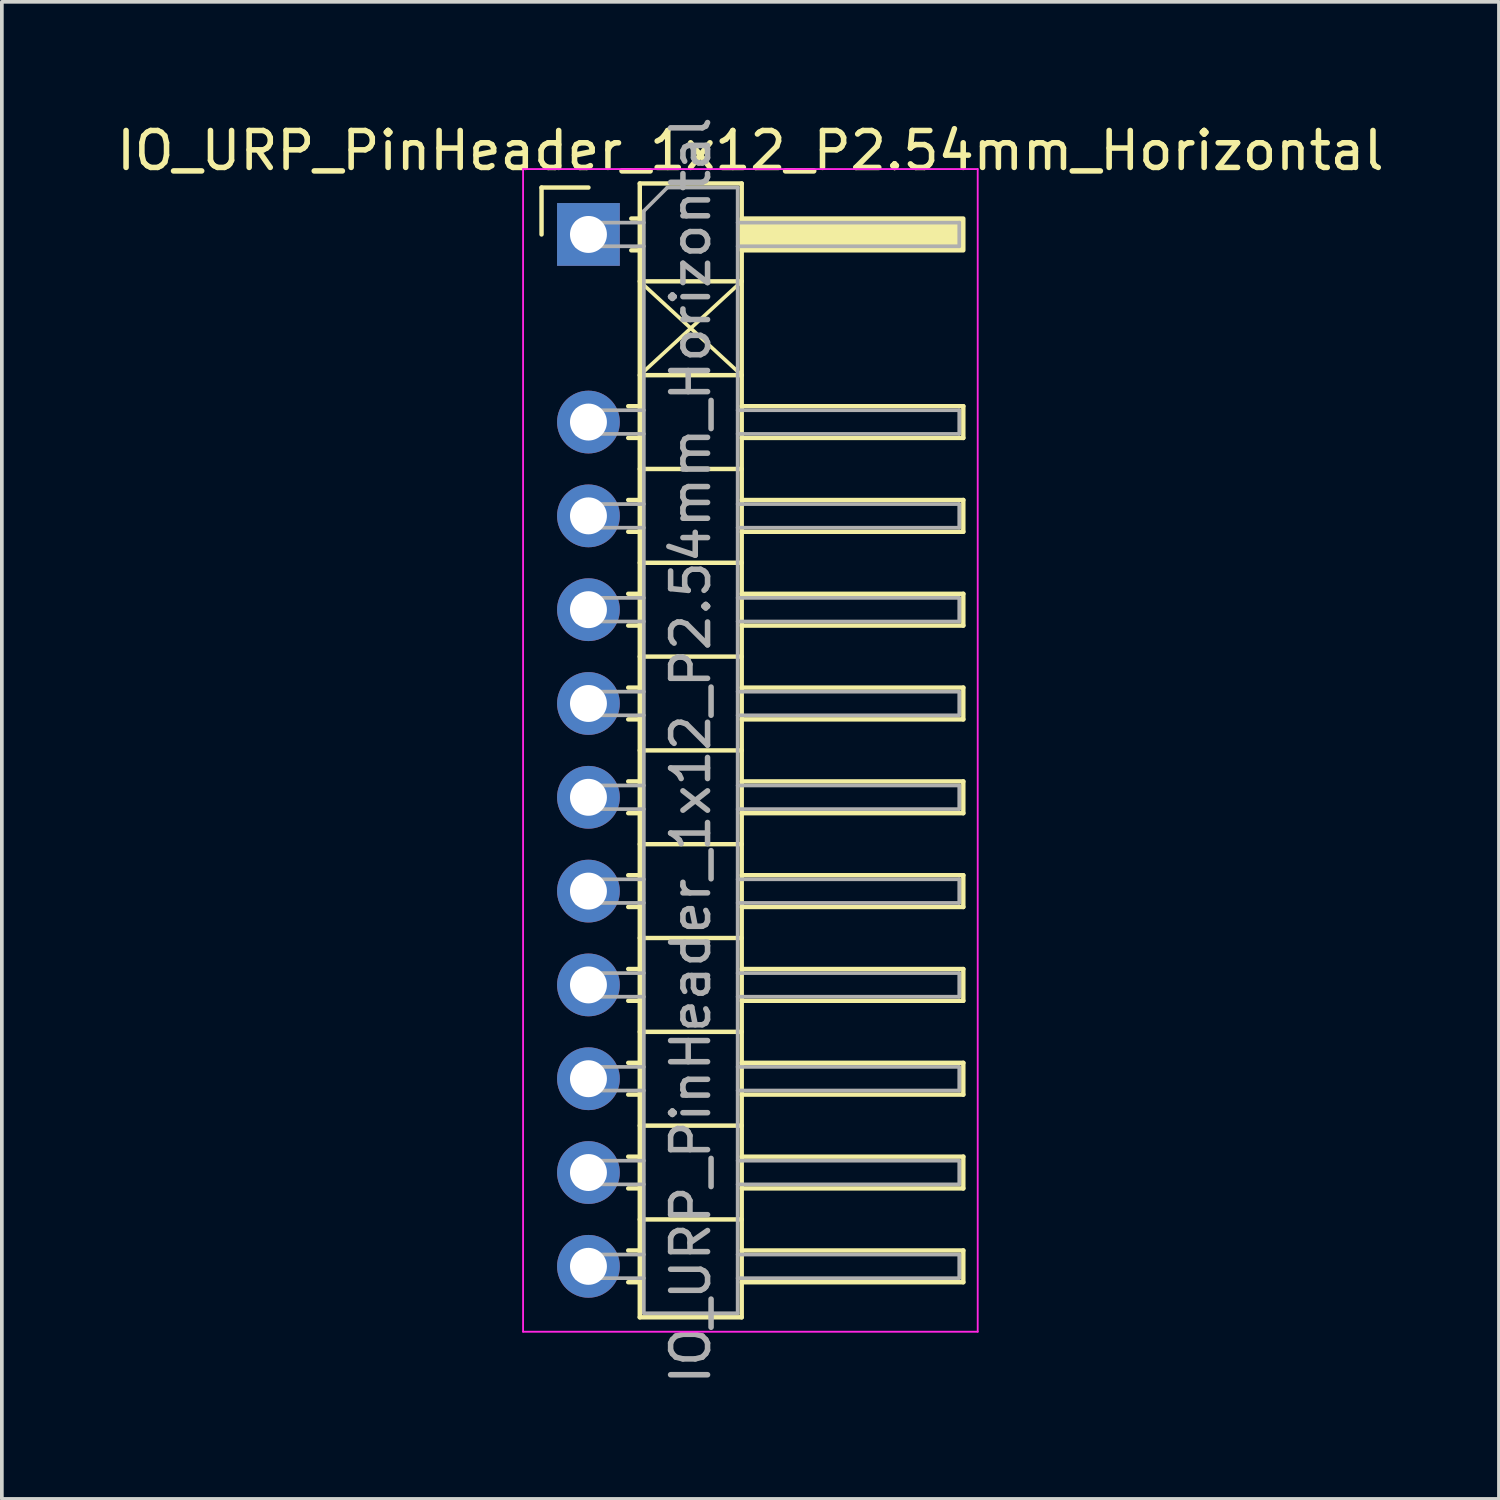
<source format=kicad_pcb>
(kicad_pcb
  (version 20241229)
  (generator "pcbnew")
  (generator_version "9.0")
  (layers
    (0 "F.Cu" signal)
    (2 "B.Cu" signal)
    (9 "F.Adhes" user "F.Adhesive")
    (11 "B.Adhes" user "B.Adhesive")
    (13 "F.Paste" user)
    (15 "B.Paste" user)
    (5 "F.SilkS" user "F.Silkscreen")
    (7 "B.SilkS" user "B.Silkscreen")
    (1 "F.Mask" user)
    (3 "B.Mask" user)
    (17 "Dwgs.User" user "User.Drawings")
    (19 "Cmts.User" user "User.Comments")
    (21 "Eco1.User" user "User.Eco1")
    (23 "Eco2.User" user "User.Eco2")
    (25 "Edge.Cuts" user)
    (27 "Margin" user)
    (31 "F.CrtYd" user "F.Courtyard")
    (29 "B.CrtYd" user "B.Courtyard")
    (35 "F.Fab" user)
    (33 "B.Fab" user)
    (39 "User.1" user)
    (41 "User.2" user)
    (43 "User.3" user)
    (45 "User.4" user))
  (footprint "IO_URP_PinHeader_1x12_P2.54mm_Horizontal"
    (layer "F.Cu")
    (at 12.883 3.298)
    (property "Reference" "IO_URP_PinHeader_1x12_P2.54mm_Horizontal" (at 4.385 -2.27 0) (layer "F.SilkS") (effects (font (size 1 1) (thickness 0.15))))
    (attr through_hole)
    (fp_line (start -1.27 -1.27) (end 0 -1.27) (stroke (width 0.12) (type solid)) (layer "F.SilkS"))
    (fp_line (start -1.27 0) (end -1.27 -1.27) (stroke (width 0.12) (type solid)) (layer "F.SilkS"))
    (fp_line (start 1.077 4.65) (end 1.39 4.65) (stroke (width 0.12) (type solid)) (layer "F.SilkS"))
    (fp_line (start 1.077 5.51) (end 1.39 5.51) (stroke (width 0.12) (type solid)) (layer "F.SilkS"))
    (fp_line (start 1.077 7.19) (end 1.39 7.19) (stroke (width 0.12) (type solid)) (layer "F.SilkS"))
    (fp_line (start 1.077 8.05) (end 1.39 8.05) (stroke (width 0.12) (type solid)) (layer "F.SilkS"))
    (fp_line (start 1.077 9.73) (end 1.39 9.73) (stroke (width 0.12) (type solid)) (layer "F.SilkS"))
    (fp_line (start 1.077 10.59) (end 1.39 10.59) (stroke (width 0.12) (type solid)) (layer "F.SilkS"))
    (fp_line (start 1.077 12.27) (end 1.39 12.27) (stroke (width 0.12) (type solid)) (layer "F.SilkS"))
    (fp_line (start 1.077 13.13) (end 1.39 13.13) (stroke (width 0.12) (type solid)) (layer "F.SilkS"))
    (fp_line (start 1.077 14.81) (end 1.39 14.81) (stroke (width 0.12) (type solid)) (layer "F.SilkS"))
    (fp_line (start 1.077 15.67) (end 1.39 15.67) (stroke (width 0.12) (type solid)) (layer "F.SilkS"))
    (fp_line (start 1.077 17.35) (end 1.39 17.35) (stroke (width 0.12) (type solid)) (layer "F.SilkS"))
    (fp_line (start 1.077 18.21) (end 1.39 18.21) (stroke (width 0.12) (type solid)) (layer "F.SilkS"))
    (fp_line (start 1.077 19.89) (end 1.39 19.89) (stroke (width 0.12) (type solid)) (layer "F.SilkS"))
    (fp_line (start 1.077 20.75) (end 1.39 20.75) (stroke (width 0.12) (type solid)) (layer "F.SilkS"))
    (fp_line (start 1.077 22.43) (end 1.39 22.43) (stroke (width 0.12) (type solid)) (layer "F.SilkS"))
    (fp_line (start 1.077 23.29) (end 1.39 23.29) (stroke (width 0.12) (type solid)) (layer "F.SilkS"))
    (fp_line (start 1.077 24.97) (end 1.39 24.97) (stroke (width 0.12) (type solid)) (layer "F.SilkS"))
    (fp_line (start 1.077 25.83) (end 1.39 25.83) (stroke (width 0.12) (type solid)) (layer "F.SilkS"))
    (fp_line (start 1.077 27.51) (end 1.39 27.51) (stroke (width 0.12) (type solid)) (layer "F.SilkS"))
    (fp_line (start 1.077 28.37) (end 1.39 28.37) (stroke (width 0.12) (type solid)) (layer "F.SilkS"))
    (fp_line (start 1.16 -0.43) (end 1.39 -0.43) (stroke (width 0.12) (type solid)) (layer "F.SilkS"))
    (fp_line (start 1.16 0.43) (end 1.39 0.43) (stroke (width 0.12) (type solid)) (layer "F.SilkS"))
    (fp_line (start 1.39 -1.38) (end 1.39 29.32) (stroke (width 0.12) (type solid)) (layer "F.SilkS"))
    (fp_line (start 1.39 1.27) (end 4.15 1.27) (stroke (width 0.12) (type solid)) (layer "F.SilkS"))
    (fp_line (start 1.39 1.27) (end 4.15 3.81) (stroke (width 0.1) (type default)) (layer "F.SilkS"))
    (fp_line (start 1.39 3.81) (end 4.15 3.81) (stroke (width 0.12) (type solid)) (layer "F.SilkS"))
    (fp_line (start 1.39 6.35) (end 4.15 6.35) (stroke (width 0.12) (type solid)) (layer "F.SilkS"))
    (fp_line (start 1.39 8.89) (end 4.15 8.89) (stroke (width 0.12) (type solid)) (layer "F.SilkS"))
    (fp_line (start 1.39 11.43) (end 4.15 11.43) (stroke (width 0.12) (type solid)) (layer "F.SilkS"))
    (fp_line (start 1.39 13.97) (end 4.15 13.97) (stroke (width 0.12) (type solid)) (layer "F.SilkS"))
    (fp_line (start 1.39 16.51) (end 4.15 16.51) (stroke (width 0.12) (type solid)) (layer "F.SilkS"))
    (fp_line (start 1.39 19.05) (end 4.15 19.05) (stroke (width 0.12) (type solid)) (layer "F.SilkS"))
    (fp_line (start 1.39 21.59) (end 4.15 21.59) (stroke (width 0.12) (type solid)) (layer "F.SilkS"))
    (fp_line (start 1.39 24.13) (end 4.15 24.13) (stroke (width 0.12) (type solid)) (layer "F.SilkS"))
    (fp_line (start 1.39 26.67) (end 4.15 26.67) (stroke (width 0.12) (type solid)) (layer "F.SilkS"))
    (fp_line (start 1.39 29.32) (end 4.15 29.32) (stroke (width 0.12) (type solid)) (layer "F.SilkS"))
    (fp_line (start 4.15 -1.38) (end 1.39 -1.38) (stroke (width 0.12) (type solid)) (layer "F.SilkS"))
    (fp_line (start 4.15 1.27) (end 1.39 3.81) (stroke (width 0.1) (type default)) (layer "F.SilkS"))
    (fp_line (start 4.15 4.65) (end 10.15 4.65) (stroke (width 0.12) (type solid)) (layer "F.SilkS"))
    (fp_line (start 4.15 7.19) (end 10.15 7.19) (stroke (width 0.12) (type solid)) (layer "F.SilkS"))
    (fp_line (start 4.15 9.73) (end 10.15 9.73) (stroke (width 0.12) (type solid)) (layer "F.SilkS"))
    (fp_line (start 4.15 12.27) (end 10.15 12.27) (stroke (width 0.12) (type solid)) (layer "F.SilkS"))
    (fp_line (start 4.15 14.81) (end 10.15 14.81) (stroke (width 0.12) (type solid)) (layer "F.SilkS"))
    (fp_line (start 4.15 17.35) (end 10.15 17.35) (stroke (width 0.12) (type solid)) (layer "F.SilkS"))
    (fp_line (start 4.15 19.89) (end 10.15 19.89) (stroke (width 0.12) (type solid)) (layer "F.SilkS"))
    (fp_line (start 4.15 22.43) (end 10.15 22.43) (stroke (width 0.12) (type solid)) (layer "F.SilkS"))
    (fp_line (start 4.15 24.97) (end 10.15 24.97) (stroke (width 0.12) (type solid)) (layer "F.SilkS"))
    (fp_line (start 4.15 27.51) (end 10.15 27.51) (stroke (width 0.12) (type solid)) (layer "F.SilkS"))
    (fp_line (start 4.15 29.32) (end 4.15 -1.38) (stroke (width 0.12) (type solid)) (layer "F.SilkS"))
    (fp_line (start 10.15 4.65) (end 10.15 5.51) (stroke (width 0.12) (type solid)) (layer "F.SilkS"))
    (fp_line (start 10.15 5.51) (end 4.15 5.51) (stroke (width 0.12) (type solid)) (layer "F.SilkS"))
    (fp_line (start 10.15 7.19) (end 10.15 8.05) (stroke (width 0.12) (type solid)) (layer "F.SilkS"))
    (fp_line (start 10.15 8.05) (end 4.15 8.05) (stroke (width 0.12) (type solid)) (layer "F.SilkS"))
    (fp_line (start 10.15 9.73) (end 10.15 10.59) (stroke (width 0.12) (type solid)) (layer "F.SilkS"))
    (fp_line (start 10.15 10.59) (end 4.15 10.59) (stroke (width 0.12) (type solid)) (layer "F.SilkS"))
    (fp_line (start 10.15 12.27) (end 10.15 13.13) (stroke (width 0.12) (type solid)) (layer "F.SilkS"))
    (fp_line (start 10.15 13.13) (end 4.15 13.13) (stroke (width 0.12) (type solid)) (layer "F.SilkS"))
    (fp_line (start 10.15 14.81) (end 10.15 15.67) (stroke (width 0.12) (type solid)) (layer "F.SilkS"))
    (fp_line (start 10.15 15.67) (end 4.15 15.67) (stroke (width 0.12) (type solid)) (layer "F.SilkS"))
    (fp_line (start 10.15 17.35) (end 10.15 18.21) (stroke (width 0.12) (type solid)) (layer "F.SilkS"))
    (fp_line (start 10.15 18.21) (end 4.15 18.21) (stroke (width 0.12) (type solid)) (layer "F.SilkS"))
    (fp_line (start 10.15 19.89) (end 10.15 20.75) (stroke (width 0.12) (type solid)) (layer "F.SilkS"))
    (fp_line (start 10.15 20.75) (end 4.15 20.75) (stroke (width 0.12) (type solid)) (layer "F.SilkS"))
    (fp_line (start 10.15 22.43) (end 10.15 23.29) (stroke (width 0.12) (type solid)) (layer "F.SilkS"))
    (fp_line (start 10.15 23.29) (end 4.15 23.29) (stroke (width 0.12) (type solid)) (layer "F.SilkS"))
    (fp_line (start 10.15 24.97) (end 10.15 25.83) (stroke (width 0.12) (type solid)) (layer "F.SilkS"))
    (fp_line (start 10.15 25.83) (end 4.15 25.83) (stroke (width 0.12) (type solid)) (layer "F.SilkS"))
    (fp_line (start 10.15 27.51) (end 10.15 28.37) (stroke (width 0.12) (type solid)) (layer "F.SilkS"))
    (fp_line (start 10.15 28.37) (end 4.15 28.37) (stroke (width 0.12) (type solid)) (layer "F.SilkS"))
    (fp_rect (start 4.15 -0.43) (end 10.15 0.43) (stroke (width 0.12) (type solid)) (fill yes) (layer "F.SilkS"))
    (fp_line (start -1.77 -1.77) (end -1.77 29.71) (stroke (width 0.05) (type solid)) (layer "F.CrtYd"))
    (fp_line (start -1.77 29.71) (end 10.54 29.71) (stroke (width 0.05) (type solid)) (layer "F.CrtYd"))
    (fp_line (start 10.54 -1.77) (end -1.77 -1.77) (stroke (width 0.05) (type solid)) (layer "F.CrtYd"))
    (fp_line (start 10.54 29.71) (end 10.54 -1.77) (stroke (width 0.05) (type solid)) (layer "F.CrtYd"))
    (fp_line (start -0.32 -0.32) (end -0.32 0.32) (stroke (width 0.1) (type solid)) (layer "F.Fab"))
    (fp_line (start -0.32 -0.32) (end 1.5 -0.32) (stroke (width 0.1) (type solid)) (layer "F.Fab"))
    (fp_line (start -0.32 0.32) (end 1.5 0.32) (stroke (width 0.1) (type solid)) (layer "F.Fab"))
    (fp_line (start -0.32 4.76) (end -0.32 5.4) (stroke (width 0.1) (type solid)) (layer "F.Fab"))
    (fp_line (start -0.32 4.76) (end 1.5 4.76) (stroke (width 0.1) (type solid)) (layer "F.Fab"))
    (fp_line (start -0.32 5.4) (end 1.5 5.4) (stroke (width 0.1) (type solid)) (layer "F.Fab"))
    (fp_line (start -0.32 7.3) (end -0.32 7.94) (stroke (width 0.1) (type solid)) (layer "F.Fab"))
    (fp_line (start -0.32 7.3) (end 1.5 7.3) (stroke (width 0.1) (type solid)) (layer "F.Fab"))
    (fp_line (start -0.32 7.94) (end 1.5 7.94) (stroke (width 0.1) (type solid)) (layer "F.Fab"))
    (fp_line (start -0.32 9.84) (end -0.32 10.48) (stroke (width 0.1) (type solid)) (layer "F.Fab"))
    (fp_line (start -0.32 9.84) (end 1.5 9.84) (stroke (width 0.1) (type solid)) (layer "F.Fab"))
    (fp_line (start -0.32 10.48) (end 1.5 10.48) (stroke (width 0.1) (type solid)) (layer "F.Fab"))
    (fp_line (start -0.32 12.38) (end -0.32 13.02) (stroke (width 0.1) (type solid)) (layer "F.Fab"))
    (fp_line (start -0.32 12.38) (end 1.5 12.38) (stroke (width 0.1) (type solid)) (layer "F.Fab"))
    (fp_line (start -0.32 13.02) (end 1.5 13.02) (stroke (width 0.1) (type solid)) (layer "F.Fab"))
    (fp_line (start -0.32 14.92) (end -0.32 15.56) (stroke (width 0.1) (type solid)) (layer "F.Fab"))
    (fp_line (start -0.32 14.92) (end 1.5 14.92) (stroke (width 0.1) (type solid)) (layer "F.Fab"))
    (fp_line (start -0.32 15.56) (end 1.5 15.56) (stroke (width 0.1) (type solid)) (layer "F.Fab"))
    (fp_line (start -0.32 17.46) (end -0.32 18.1) (stroke (width 0.1) (type solid)) (layer "F.Fab"))
    (fp_line (start -0.32 17.46) (end 1.5 17.46) (stroke (width 0.1) (type solid)) (layer "F.Fab"))
    (fp_line (start -0.32 18.1) (end 1.5 18.1) (stroke (width 0.1) (type solid)) (layer "F.Fab"))
    (fp_line (start -0.32 20) (end -0.32 20.64) (stroke (width 0.1) (type solid)) (layer "F.Fab"))
    (fp_line (start -0.32 20) (end 1.5 20) (stroke (width 0.1) (type solid)) (layer "F.Fab"))
    (fp_line (start -0.32 20.64) (end 1.5 20.64) (stroke (width 0.1) (type solid)) (layer "F.Fab"))
    (fp_line (start -0.32 22.54) (end -0.32 23.18) (stroke (width 0.1) (type solid)) (layer "F.Fab"))
    (fp_line (start -0.32 22.54) (end 1.5 22.54) (stroke (width 0.1) (type solid)) (layer "F.Fab"))
    (fp_line (start -0.32 23.18) (end 1.5 23.18) (stroke (width 0.1) (type solid)) (layer "F.Fab"))
    (fp_line (start -0.32 25.08) (end -0.32 25.72) (stroke (width 0.1) (type solid)) (layer "F.Fab"))
    (fp_line (start -0.32 25.08) (end 1.5 25.08) (stroke (width 0.1) (type solid)) (layer "F.Fab"))
    (fp_line (start -0.32 25.72) (end 1.5 25.72) (stroke (width 0.1) (type solid)) (layer "F.Fab"))
    (fp_line (start -0.32 27.62) (end -0.32 28.26) (stroke (width 0.1) (type solid)) (layer "F.Fab"))
    (fp_line (start -0.32 27.62) (end 1.5 27.62) (stroke (width 0.1) (type solid)) (layer "F.Fab"))
    (fp_line (start -0.32 28.26) (end 1.5 28.26) (stroke (width 0.1) (type solid)) (layer "F.Fab"))
    (fp_line (start 1.5 -0.635) (end 2.135 -1.27) (stroke (width 0.1) (type solid)) (layer "F.Fab"))
    (fp_line (start 1.5 29.21) (end 1.5 -0.635) (stroke (width 0.1) (type solid)) (layer "F.Fab"))
    (fp_line (start 2.135 -1.27) (end 4.04 -1.27) (stroke (width 0.1) (type solid)) (layer "F.Fab"))
    (fp_line (start 4.04 -1.27) (end 4.04 29.21) (stroke (width 0.1) (type solid)) (layer "F.Fab"))
    (fp_line (start 4.04 -0.32) (end 10.04 -0.32) (stroke (width 0.1) (type solid)) (layer "F.Fab"))
    (fp_line (start 4.04 0.32) (end 10.04 0.32) (stroke (width 0.1) (type solid)) (layer "F.Fab"))
    (fp_line (start 4.04 4.76) (end 10.04 4.76) (stroke (width 0.1) (type solid)) (layer "F.Fab"))
    (fp_line (start 4.04 5.4) (end 10.04 5.4) (stroke (width 0.1) (type solid)) (layer "F.Fab"))
    (fp_line (start 4.04 7.3) (end 10.04 7.3) (stroke (width 0.1) (type solid)) (layer "F.Fab"))
    (fp_line (start 4.04 7.94) (end 10.04 7.94) (stroke (width 0.1) (type solid)) (layer "F.Fab"))
    (fp_line (start 4.04 9.84) (end 10.04 9.84) (stroke (width 0.1) (type solid)) (layer "F.Fab"))
    (fp_line (start 4.04 10.48) (end 10.04 10.48) (stroke (width 0.1) (type solid)) (layer "F.Fab"))
    (fp_line (start 4.04 12.38) (end 10.04 12.38) (stroke (width 0.1) (type solid)) (layer "F.Fab"))
    (fp_line (start 4.04 13.02) (end 10.04 13.02) (stroke (width 0.1) (type solid)) (layer "F.Fab"))
    (fp_line (start 4.04 14.92) (end 10.04 14.92) (stroke (width 0.1) (type solid)) (layer "F.Fab"))
    (fp_line (start 4.04 15.56) (end 10.04 15.56) (stroke (width 0.1) (type solid)) (layer "F.Fab"))
    (fp_line (start 4.04 17.46) (end 10.04 17.46) (stroke (width 0.1) (type solid)) (layer "F.Fab"))
    (fp_line (start 4.04 18.1) (end 10.04 18.1) (stroke (width 0.1) (type solid)) (layer "F.Fab"))
    (fp_line (start 4.04 20) (end 10.04 20) (stroke (width 0.1) (type solid)) (layer "F.Fab"))
    (fp_line (start 4.04 20.64) (end 10.04 20.64) (stroke (width 0.1) (type solid)) (layer "F.Fab"))
    (fp_line (start 4.04 22.54) (end 10.04 22.54) (stroke (width 0.1) (type solid)) (layer "F.Fab"))
    (fp_line (start 4.04 23.18) (end 10.04 23.18) (stroke (width 0.1) (type solid)) (layer "F.Fab"))
    (fp_line (start 4.04 25.08) (end 10.04 25.08) (stroke (width 0.1) (type solid)) (layer "F.Fab"))
    (fp_line (start 4.04 25.72) (end 10.04 25.72) (stroke (width 0.1) (type solid)) (layer "F.Fab"))
    (fp_line (start 4.04 27.62) (end 10.04 27.62) (stroke (width 0.1) (type solid)) (layer "F.Fab"))
    (fp_line (start 4.04 28.26) (end 10.04 28.26) (stroke (width 0.1) (type solid)) (layer "F.Fab"))
    (fp_line (start 4.04 29.21) (end 1.5 29.21) (stroke (width 0.1) (type solid)) (layer "F.Fab"))
    (fp_line (start 10.04 -0.32) (end 10.04 0.32) (stroke (width 0.1) (type solid)) (layer "F.Fab"))
    (fp_line (start 10.04 4.76) (end 10.04 5.4) (stroke (width 0.1) (type solid)) (layer "F.Fab"))
    (fp_line (start 10.04 7.3) (end 10.04 7.94) (stroke (width 0.1) (type solid)) (layer "F.Fab"))
    (fp_line (start 10.04 9.84) (end 10.04 10.48) (stroke (width 0.1) (type solid)) (layer "F.Fab"))
    (fp_line (start 10.04 12.38) (end 10.04 13.02) (stroke (width 0.1) (type solid)) (layer "F.Fab"))
    (fp_line (start 10.04 14.92) (end 10.04 15.56) (stroke (width 0.1) (type solid)) (layer "F.Fab"))
    (fp_line (start 10.04 17.46) (end 10.04 18.1) (stroke (width 0.1) (type solid)) (layer "F.Fab"))
    (fp_line (start 10.04 20) (end 10.04 20.64) (stroke (width 0.1) (type solid)) (layer "F.Fab"))
    (fp_line (start 10.04 22.54) (end 10.04 23.18) (stroke (width 0.1) (type solid)) (layer "F.Fab"))
    (fp_line (start 10.04 25.08) (end 10.04 25.72) (stroke (width 0.1) (type solid)) (layer "F.Fab"))
    (fp_line (start 10.04 27.62) (end 10.04 28.26) (stroke (width 0.1) (type solid)) (layer "F.Fab"))
    (fp_text user "${REFERENCE}" (at 2.77 13.97 90) (layer "F.Fab") (effects (font (size 1 1) (thickness 0.15))))
    (pad "1" thru_hole rect (at 0 0) (size 1.7 1.7) (drill 1) (layers "*.Cu" "*.Mask"))
    (pad "3" thru_hole circle (at 0 5.08) (size 1.7 1.7) (drill 1) (layers "*.Cu" "*.Mask"))
    (pad "4" thru_hole circle (at 0 7.62) (size 1.7 1.7) (drill 1) (layers "*.Cu" "*.Mask"))
    (pad "5" thru_hole circle (at 0 10.16) (size 1.7 1.7) (drill 1) (layers "*.Cu" "*.Mask"))
    (pad "6" thru_hole circle (at 0 12.7) (size 1.7 1.7) (drill 1) (layers "*.Cu" "*.Mask"))
    (pad "7" thru_hole circle (at 0 15.24) (size 1.7 1.7) (drill 1) (layers "*.Cu" "*.Mask"))
    (pad "8" thru_hole circle (at 0 17.78) (size 1.7 1.7) (drill 1) (layers "*.Cu" "*.Mask"))
    (pad "9" thru_hole circle (at 0 20.32) (size 1.7 1.7) (drill 1) (layers "*.Cu" "*.Mask"))
    (pad "10" thru_hole circle (at 0 22.86) (size 1.7 1.7) (drill 1) (layers "*.Cu" "*.Mask"))
    (pad "11" thru_hole circle (at 0 25.4) (size 1.7 1.7) (drill 1) (layers "*.Cu" "*.Mask"))
    (pad "12" thru_hole circle (at 0 27.94) (size 1.7 1.7) (drill 1) (layers "*.Cu" "*.Mask")))
  (gr_rect
    (start -3 -3)
    (end 37.536 37.536)
    (stroke (width 0.1) (type default))
    (fill no)
    (layer "Edge.Cuts")))
</source>
